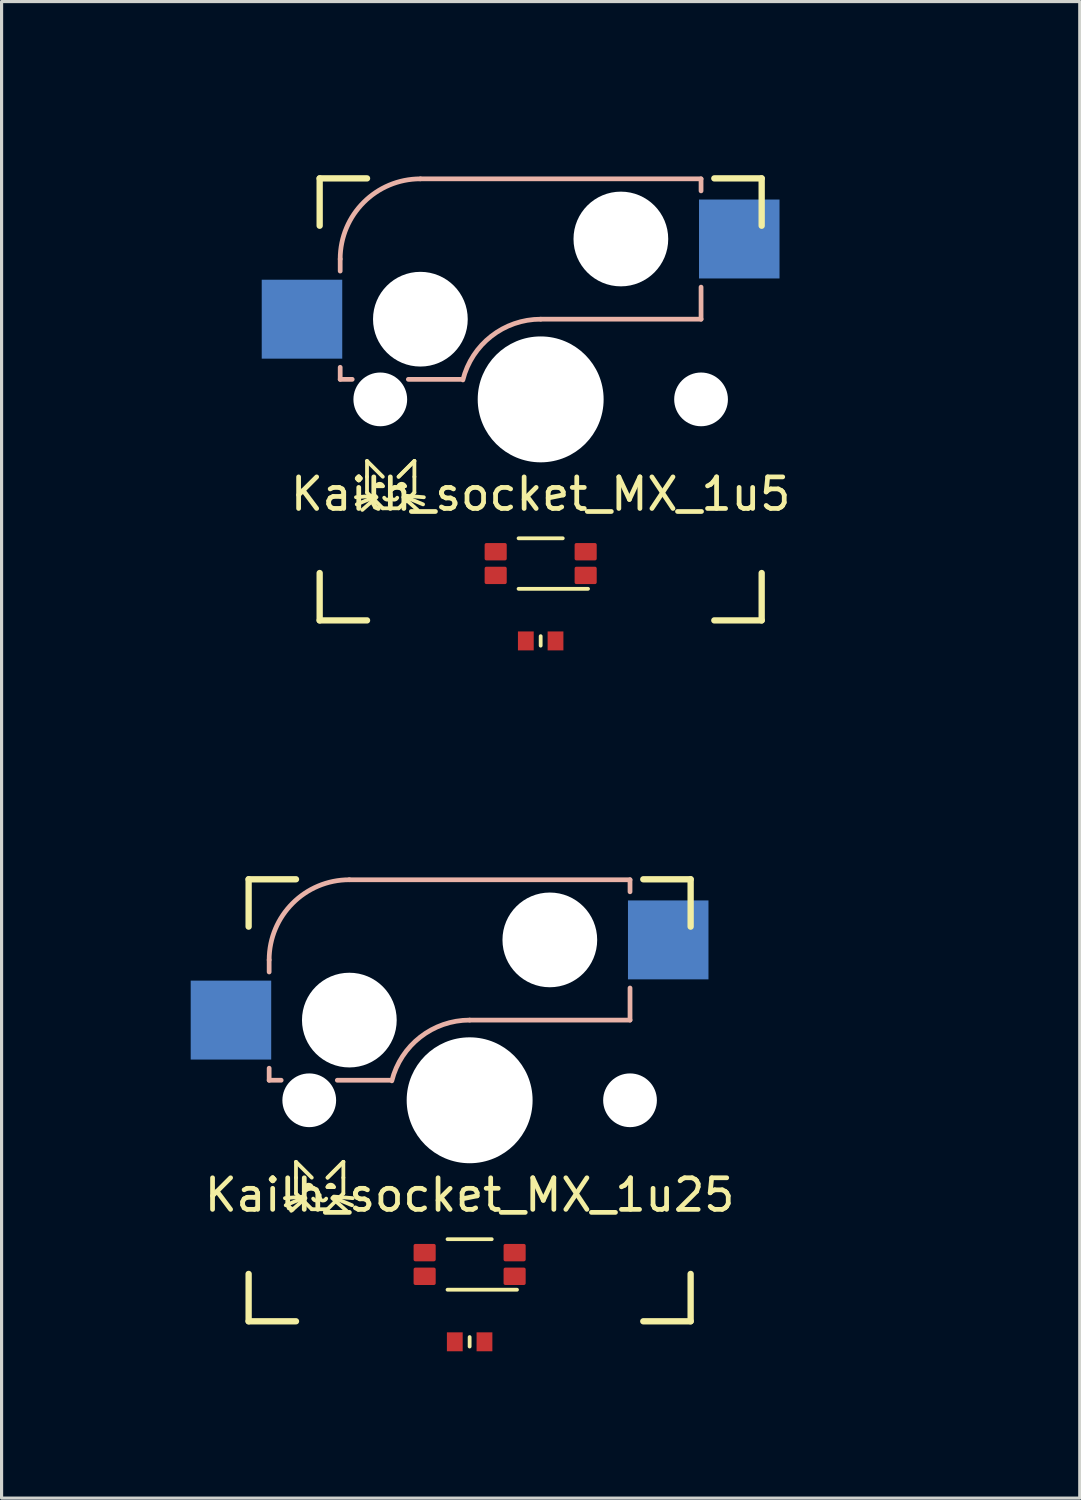
<source format=kicad_pcb>
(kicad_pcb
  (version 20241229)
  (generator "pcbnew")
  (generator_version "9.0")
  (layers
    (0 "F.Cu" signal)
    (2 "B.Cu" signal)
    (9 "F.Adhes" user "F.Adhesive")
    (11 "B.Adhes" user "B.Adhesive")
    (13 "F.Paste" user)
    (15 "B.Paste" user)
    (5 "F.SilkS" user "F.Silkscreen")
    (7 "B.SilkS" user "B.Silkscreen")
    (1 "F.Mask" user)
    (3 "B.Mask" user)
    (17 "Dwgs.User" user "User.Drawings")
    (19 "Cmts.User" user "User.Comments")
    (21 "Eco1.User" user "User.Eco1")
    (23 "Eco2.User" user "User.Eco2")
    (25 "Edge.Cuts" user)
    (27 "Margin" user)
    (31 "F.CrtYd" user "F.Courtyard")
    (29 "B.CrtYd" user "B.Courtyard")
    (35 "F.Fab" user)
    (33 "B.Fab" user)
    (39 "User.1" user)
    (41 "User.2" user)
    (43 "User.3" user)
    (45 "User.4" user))
  (footprint "Kailh_socket_MX_1u5"
    (layer "F.Cu")
    (at 14.075 9.6)
    (property "Reference" "Kailh_socket_MX_1u5" (at 0 3 0) (layer "F.SilkS") (effects (font (size 1 1) (thickness 0.15))))
    (attr through_hole)
    (fp_line (start -7 -7) (end -7 -5.5) (stroke (width 0.2) (type solid)) (layer "F.SilkS"))
    (fp_line (start -7 -7) (end -5.5 -7) (stroke (width 0.2) (type solid)) (layer "F.SilkS"))
    (fp_line (start -7 7) (end -7 5.5) (stroke (width 0.2) (type solid)) (layer "F.SilkS"))
    (fp_line (start -7 7) (end -5.5 7) (stroke (width 0.2) (type solid)) (layer "F.SilkS"))
    (fp_line (start -5.5 1.95) (end -5.5 2.45) (stroke (width 0.12) (type default)) (layer "F.SilkS"))
    (fp_line (start -5.5 2.45) (end -5.5 2.95) (stroke (width 0.12) (type default)) (layer "F.SilkS"))
    (fp_line (start -5.5 2.95) (end -5 3.45) (stroke (width 0.12) (type default)) (layer "F.SilkS"))
    (fp_line (start -5.25 3.05) (end -5.85 3.1) (stroke (width 0.12) (type default)) (layer "F.SilkS"))
    (fp_line (start -5.225 3.075) (end -5.825 3.325) (stroke (width 0.12) (type default)) (layer "F.SilkS"))
    (fp_line (start -5.2 2.75) (end -5 2.75) (stroke (width 0.12) (type default)) (layer "F.SilkS"))
    (fp_line (start -5.2 3.1) (end -5.65 3.5) (stroke (width 0.12) (type default)) (layer "F.SilkS"))
    (fp_line (start -5 2.45) (end -5.5 1.95) (stroke (width 0.12) (type default)) (layer "F.SilkS"))
    (fp_line (start -5 3.45) (end -4.5 3.45) (stroke (width 0.12) (type default)) (layer "F.SilkS"))
    (fp_line (start -4.75 3) (end -4.75 3.1) (stroke (width 0.12) (type default)) (layer "F.SilkS"))
    (fp_line (start -4.5 2.45) (end -4 1.95) (stroke (width 0.12) (type default)) (layer "F.SilkS"))
    (fp_line (start -4.5 2.75) (end -4.3 2.75) (stroke (width 0.12) (type default)) (layer "F.SilkS"))
    (fp_line (start -4.5 3.45) (end -4 2.95) (stroke (width 0.12) (type default)) (layer "F.SilkS"))
    (fp_line (start -4.35 3.1) (end -3.9 3.5) (stroke (width 0.12) (type default)) (layer "F.SilkS"))
    (fp_line (start -4.325 3.075) (end -3.725 3.325) (stroke (width 0.12) (type default)) (layer "F.SilkS"))
    (fp_line (start -4.3 3.05) (end -3.7 3.1) (stroke (width 0.12) (type default)) (layer "F.SilkS"))
    (fp_line (start -4 1.95) (end -4.5 2.45) (stroke (width 0.12) (type default)) (layer "F.SilkS"))
    (fp_line (start -4 1.95) (end -4 2.45) (stroke (width 0.12) (type default)) (layer "F.SilkS"))
    (fp_line (start -4 2.95) (end -4 2.45) (stroke (width 0.12) (type default)) (layer "F.SilkS"))
    (fp_line (start 0 7.8) (end 0 7.5) (stroke (width 0.12) (type solid)) (layer "F.SilkS"))
    (fp_line (start 0.7 4.4) (end -0.7 4.4) (stroke (width 0.12) (type default)) (layer "F.SilkS"))
    (fp_line (start 1.5 6) (end -0.7 6) (stroke (width 0.12) (type default)) (layer "F.SilkS"))
    (fp_line (start 7 -7) (end 5.5 -7) (stroke (width 0.2) (type solid)) (layer "F.SilkS"))
    (fp_line (start 7 -7) (end 7 -5.5) (stroke (width 0.2) (type solid)) (layer "F.SilkS"))
    (fp_line (start 7 7) (end 5.5 7) (stroke (width 0.2) (type solid)) (layer "F.SilkS"))
    (fp_line (start 7 7) (end 7 5.5) (stroke (width 0.2) (type solid)) (layer "F.SilkS"))
    (fp_arc (start -5.203866 2.747116) (mid -5.098487 2.672265) (end -4.995217 2.75) (stroke (width 0.12) (type default)) (layer "F.SilkS"))
    (fp_arc (start -4.75 3.1) (mid -4.848141 3.176166) (end -4.956067 3.114644) (stroke (width 0.12) (type default)) (layer "F.SilkS"))
    (fp_arc (start -4.543933 3.114644) (mid -4.651859 3.176167) (end -4.75 3.1) (stroke (width 0.12) (type default)) (layer "F.SilkS"))
    (fp_arc (start -4.505379 2.747116) (mid -4.4 2.672265) (end -4.29673 2.75) (stroke (width 0.12) (type default)) (layer "F.SilkS"))
    (fp_line (start -6.35 -4.445) (end -6.35 -4.064) (stroke (width 0.15) (type solid)) (layer "B.SilkS"))
    (fp_line (start -6.35 -1.016) (end -6.35 -0.635) (stroke (width 0.15) (type solid)) (layer "B.SilkS"))
    (fp_line (start -6.35 -0.635) (end -5.969 -0.635) (stroke (width 0.15) (type solid)) (layer "B.SilkS"))
    (fp_line (start -4.191 -0.635) (end -2.54 -0.635) (stroke (width 0.15) (type solid)) (layer "B.SilkS"))
    (fp_line (start 0 -2.54) (end 5.08 -2.54) (stroke (width 0.15) (type solid)) (layer "B.SilkS"))
    (fp_line (start 5.08 -6.985) (end -3.81 -6.985) (stroke (width 0.15) (type solid)) (layer "B.SilkS"))
    (fp_line (start 5.08 -6.604) (end 5.08 -6.985) (stroke (width 0.15) (type solid)) (layer "B.SilkS"))
    (fp_line (start 5.08 -2.54) (end 5.08 -3.556) (stroke (width 0.15) (type solid)) (layer "B.SilkS"))
    (fp_arc (start -6.35 -4.445) (mid -5.606051 -6.241051) (end -3.81 -6.985) (stroke (width 0.15) (type solid)) (layer "B.SilkS"))
    (fp_arc (start -2.464162 -0.61604) (mid -1.563147 -2.002042) (end 0 -2.54) (stroke (width 0.15) (type solid)) (layer "B.SilkS"))
    (fp_line (start -14 9.525) (end -14 -9.525) (stroke (width 0.15) (type solid)) (layer "Eco1.User"))
    (fp_line (start -14 9.525) (end 14 9.525) (stroke (width 0.15) (type solid)) (layer "Eco1.User"))
    (fp_line (start -13.5 9) (end -13.5 -9) (stroke (width 0.15) (type solid)) (layer "Eco1.User"))
    (fp_line (start -1.6 4.7) (end 1.6 4.7) (stroke (width 0.05) (type default)) (layer "Eco1.User"))
    (fp_line (start -1.6 5.7) (end -1.6 4.7) (stroke (width 0.05) (type default)) (layer "Eco1.User"))
    (fp_line (start -1.6 5.7) (end 1.6 5.7) (stroke (width 0.05) (type default)) (layer "Eco1.User"))
    (fp_line (start 1.6 5.7) (end 1.6 4.7) (stroke (width 0.05) (type default)) (layer "Eco1.User"))
    (fp_line (start 13.5 -9) (end -13.5 -9) (stroke (width 0.15) (type solid)) (layer "Eco1.User"))
    (fp_line (start 13.5 -9) (end 13.5 9) (stroke (width 0.15) (type solid)) (layer "Eco1.User"))
    (fp_line (start 13.5 9) (end -13.5 9) (stroke (width 0.15) (type solid)) (layer "Eco1.User"))
    (fp_line (start 14 -9.525) (end -14 -9.525) (stroke (width 0.15) (type solid)) (layer "Eco1.User"))
    (fp_line (start 14 9.525) (end 14 -9.525) (stroke (width 0.15) (type solid)) (layer "Eco1.User"))
    (fp_rect (start -2.5 4.2) (end 2.5 6.2) (stroke (width 0.12) (type default)) (fill no) (layer "Eco1.User"))
    (fp_line (start -6.9 6.9) (end -6.9 -6.9) (stroke (width 0.15) (type solid)) (layer "Eco2.User"))
    (fp_line (start -6.9 6.9) (end 6.9 6.9) (stroke (width 0.15) (type solid)) (layer "Eco2.User"))
    (fp_line (start 6.9 -6.9) (end -6.9 -6.9) (stroke (width 0.15) (type solid)) (layer "Eco2.User"))
    (fp_line (start 6.9 -6.9) (end 6.9 6.9) (stroke (width 0.15) (type solid)) (layer "Eco2.User"))
    (pad "" np_thru_hole circle (at -5.08 0 180) (size 1.702 1.702) (drill 1.702) (layers "*.Cu" "*.Mask"))
    (pad "" np_thru_hole circle (at -3.81 -2.54 180) (size 3 3) (drill 3) (layers "*.Cu" "*.Mask"))
    (pad "" np_thru_hole circle (at 0 0 180) (size 3.988 3.988) (drill 3.988) (layers "*.Cu" "*.Mask"))
    (pad "" np_thru_hole circle (at 2.54 -5.08 180) (size 3 3) (drill 3) (layers "*.Cu" "*.Mask"))
    (pad "" np_thru_hole circle (at 5.08 0 180) (size 1.702 1.702) (drill 1.702) (layers "*.Cu" "*.Mask"))
    (pad "1" smd rect (at 6.29 -5.08 180) (size 2.55 2.5) (layers "B.Cu" "B.Mask" "B.Paste"))
    (pad "2" smd rect (at -7.56 -2.54 180) (size 2.55 2.5) (layers "B.Cu" "B.Mask" "B.Paste"))
    (pad "L1" smd rect (at 0.47 7.65) (size 0.5 0.6) (layers "F.Cu" "F.Mask" "F.Paste"))
    (pad "L1" smd roundrect (at 1.425 5.575 90) (size 0.55 0.7) (layers "F.Cu" "F.Mask" "F.Paste") (roundrect_rratio 0.1))
    (pad "L2" smd roundrect (at 1.425 4.825 90) (size 0.55 0.7) (layers "F.Cu" "F.Mask" "F.Paste") (roundrect_rratio 0.1))
    (pad "L3" smd roundrect (at -1.425 4.825 90) (size 0.55 0.7) (layers "F.Cu" "F.Mask" "F.Paste") (roundrect_rratio 0.1))
    (pad "L4" smd roundrect (at -1.425 5.575 90) (size 0.55 0.7) (layers "F.Cu" "F.Mask" "F.Paste") (roundrect_rratio 0.1))
    (pad "L4" smd rect (at -0.47 7.65) (size 0.5 0.6) (layers "F.Cu" "F.Mask" "F.Paste")))
  (footprint "Kailh_socket_MX_1u25"
    (layer "F.Cu")
    (at 11.825 31.8)
    (property "Reference" "Kailh_socket_MX_1u25" (at 0 3 0) (layer "F.SilkS") (effects (font (size 1 1) (thickness 0.15))))
    (attr through_hole)
    (fp_line (start -7 -7) (end -7 -5.5) (stroke (width 0.2) (type solid)) (layer "F.SilkS"))
    (fp_line (start -7 -7) (end -5.5 -7) (stroke (width 0.2) (type solid)) (layer "F.SilkS"))
    (fp_line (start -7 7) (end -7 5.5) (stroke (width 0.2) (type solid)) (layer "F.SilkS"))
    (fp_line (start -7 7) (end -5.5 7) (stroke (width 0.2) (type solid)) (layer "F.SilkS"))
    (fp_line (start -5.5 1.95) (end -5.5 2.45) (stroke (width 0.12) (type default)) (layer "F.SilkS"))
    (fp_line (start -5.5 2.45) (end -5.5 2.95) (stroke (width 0.12) (type default)) (layer "F.SilkS"))
    (fp_line (start -5.5 2.95) (end -5 3.45) (stroke (width 0.12) (type default)) (layer "F.SilkS"))
    (fp_line (start -5.25 3.05) (end -5.85 3.1) (stroke (width 0.12) (type default)) (layer "F.SilkS"))
    (fp_line (start -5.225 3.075) (end -5.825 3.325) (stroke (width 0.12) (type default)) (layer "F.SilkS"))
    (fp_line (start -5.2 2.75) (end -5 2.75) (stroke (width 0.12) (type default)) (layer "F.SilkS"))
    (fp_line (start -5.2 3.1) (end -5.65 3.5) (stroke (width 0.12) (type default)) (layer "F.SilkS"))
    (fp_line (start -5 2.45) (end -5.5 1.95) (stroke (width 0.12) (type default)) (layer "F.SilkS"))
    (fp_line (start -5 3.45) (end -4.5 3.45) (stroke (width 0.12) (type default)) (layer "F.SilkS"))
    (fp_line (start -4.75 3) (end -4.75 3.1) (stroke (width 0.12) (type default)) (layer "F.SilkS"))
    (fp_line (start -4.5 2.45) (end -4 1.95) (stroke (width 0.12) (type default)) (layer "F.SilkS"))
    (fp_line (start -4.5 2.75) (end -4.3 2.75) (stroke (width 0.12) (type default)) (layer "F.SilkS"))
    (fp_line (start -4.5 3.45) (end -4 2.95) (stroke (width 0.12) (type default)) (layer "F.SilkS"))
    (fp_line (start -4.35 3.1) (end -3.9 3.5) (stroke (width 0.12) (type default)) (layer "F.SilkS"))
    (fp_line (start -4.325 3.075) (end -3.725 3.325) (stroke (width 0.12) (type default)) (layer "F.SilkS"))
    (fp_line (start -4.3 3.05) (end -3.7 3.1) (stroke (width 0.12) (type default)) (layer "F.SilkS"))
    (fp_line (start -4 1.95) (end -4.5 2.45) (stroke (width 0.12) (type default)) (layer "F.SilkS"))
    (fp_line (start -4 1.95) (end -4 2.45) (stroke (width 0.12) (type default)) (layer "F.SilkS"))
    (fp_line (start -4 2.95) (end -4 2.45) (stroke (width 0.12) (type default)) (layer "F.SilkS"))
    (fp_line (start 0 7.8) (end 0 7.5) (stroke (width 0.12) (type solid)) (layer "F.SilkS"))
    (fp_line (start 0.7 4.4) (end -0.7 4.4) (stroke (width 0.12) (type default)) (layer "F.SilkS"))
    (fp_line (start 1.5 6) (end -0.7 6) (stroke (width 0.12) (type default)) (layer "F.SilkS"))
    (fp_line (start 7 -7) (end 5.5 -7) (stroke (width 0.2) (type solid)) (layer "F.SilkS"))
    (fp_line (start 7 -7) (end 7 -5.5) (stroke (width 0.2) (type solid)) (layer "F.SilkS"))
    (fp_line (start 7 7) (end 5.5 7) (stroke (width 0.2) (type solid)) (layer "F.SilkS"))
    (fp_line (start 7 7) (end 7 5.5) (stroke (width 0.2) (type solid)) (layer "F.SilkS"))
    (fp_arc (start -5.203866 2.747116) (mid -5.098487 2.672265) (end -4.995217 2.75) (stroke (width 0.12) (type default)) (layer "F.SilkS"))
    (fp_arc (start -4.75 3.1) (mid -4.848141 3.176166) (end -4.956067 3.114644) (stroke (width 0.12) (type default)) (layer "F.SilkS"))
    (fp_arc (start -4.543933 3.114644) (mid -4.651859 3.176167) (end -4.75 3.1) (stroke (width 0.12) (type default)) (layer "F.SilkS"))
    (fp_arc (start -4.505379 2.747116) (mid -4.4 2.672265) (end -4.29673 2.75) (stroke (width 0.12) (type default)) (layer "F.SilkS"))
    (fp_line (start -6.35 -4.445) (end -6.35 -4.064) (stroke (width 0.15) (type solid)) (layer "B.SilkS"))
    (fp_line (start -6.35 -1.016) (end -6.35 -0.635) (stroke (width 0.15) (type solid)) (layer "B.SilkS"))
    (fp_line (start -6.35 -0.635) (end -5.969 -0.635) (stroke (width 0.15) (type solid)) (layer "B.SilkS"))
    (fp_line (start -4.191 -0.635) (end -2.54 -0.635) (stroke (width 0.15) (type solid)) (layer "B.SilkS"))
    (fp_line (start 0 -2.54) (end 5.08 -2.54) (stroke (width 0.15) (type solid)) (layer "B.SilkS"))
    (fp_line (start 5.08 -6.985) (end -3.81 -6.985) (stroke (width 0.15) (type solid)) (layer "B.SilkS"))
    (fp_line (start 5.08 -6.604) (end 5.08 -6.985) (stroke (width 0.15) (type solid)) (layer "B.SilkS"))
    (fp_line (start 5.08 -2.54) (end 5.08 -3.556) (stroke (width 0.15) (type solid)) (layer "B.SilkS"))
    (fp_arc (start -6.35 -4.445) (mid -5.606051 -6.241051) (end -3.81 -6.985) (stroke (width 0.15) (type solid)) (layer "B.SilkS"))
    (fp_arc (start -2.464162 -0.61604) (mid -1.563147 -2.002042) (end 0 -2.54) (stroke (width 0.15) (type solid)) (layer "B.SilkS"))
    (fp_line (start -11.75 9.525) (end -11.75 -9.525) (stroke (width 0.15) (type solid)) (layer "Eco1.User"))
    (fp_line (start -11.75 9.525) (end 11.75 9.525) (stroke (width 0.15) (type solid)) (layer "Eco1.User"))
    (fp_line (start -11.25 9) (end -11.25 -9) (stroke (width 0.15) (type solid)) (layer "Eco1.User"))
    (fp_line (start -1.6 4.7) (end 1.6 4.7) (stroke (width 0.05) (type default)) (layer "Eco1.User"))
    (fp_line (start -1.6 5.7) (end -1.6 4.7) (stroke (width 0.05) (type default)) (layer "Eco1.User"))
    (fp_line (start -1.6 5.7) (end 1.6 5.7) (stroke (width 0.05) (type default)) (layer "Eco1.User"))
    (fp_line (start 1.6 5.7) (end 1.6 4.7) (stroke (width 0.05) (type default)) (layer "Eco1.User"))
    (fp_line (start 11.25 -9) (end -11.25 -9) (stroke (width 0.15) (type solid)) (layer "Eco1.User"))
    (fp_line (start 11.25 -9) (end 11.25 9) (stroke (width 0.15) (type solid)) (layer "Eco1.User"))
    (fp_line (start 11.25 9) (end -11.25 9) (stroke (width 0.15) (type solid)) (layer "Eco1.User"))
    (fp_line (start 11.75 -9.525) (end -11.75 -9.525) (stroke (width 0.15) (type solid)) (layer "Eco1.User"))
    (fp_line (start 11.75 9.525) (end 11.75 -9.525) (stroke (width 0.15) (type solid)) (layer "Eco1.User"))
    (fp_rect (start -2.5 4.2) (end 2.5 6.2) (stroke (width 0.12) (type default)) (fill no) (layer "Eco1.User"))
    (fp_line (start -6.9 6.9) (end -6.9 -6.9) (stroke (width 0.15) (type solid)) (layer "Eco2.User"))
    (fp_line (start -6.9 6.9) (end 6.9 6.9) (stroke (width 0.15) (type solid)) (layer "Eco2.User"))
    (fp_line (start 6.9 -6.9) (end -6.9 -6.9) (stroke (width 0.15) (type solid)) (layer "Eco2.User"))
    (fp_line (start 6.9 -6.9) (end 6.9 6.9) (stroke (width 0.15) (type solid)) (layer "Eco2.User"))
    (pad "" np_thru_hole circle (at -5.08 0 180) (size 1.702 1.702) (drill 1.702) (layers "*.Cu" "*.Mask"))
    (pad "" np_thru_hole circle (at -3.81 -2.54 180) (size 3 3) (drill 3) (layers "*.Cu" "*.Mask"))
    (pad "" np_thru_hole circle (at 0 0 180) (size 3.988 3.988) (drill 3.988) (layers "*.Cu" "*.Mask"))
    (pad "" np_thru_hole circle (at 2.54 -5.08 180) (size 3 3) (drill 3) (layers "*.Cu" "*.Mask"))
    (pad "" np_thru_hole circle (at 5.08 0 180) (size 1.702 1.702) (drill 1.702) (layers "*.Cu" "*.Mask"))
    (pad "1" smd rect (at 6.29 -5.08 180) (size 2.55 2.5) (layers "B.Cu" "B.Mask" "B.Paste"))
    (pad "2" smd rect (at -7.56 -2.54 180) (size 2.55 2.5) (layers "B.Cu" "B.Mask" "B.Paste"))
    (pad "L1" smd rect (at 0.47 7.65) (size 0.5 0.6) (layers "F.Cu" "F.Mask" "F.Paste"))
    (pad "L1" smd roundrect (at 1.425 5.575 90) (size 0.55 0.7) (layers "F.Cu" "F.Mask" "F.Paste") (roundrect_rratio 0.1))
    (pad "L2" smd roundrect (at 1.425 4.825 90) (size 0.55 0.7) (layers "F.Cu" "F.Mask" "F.Paste") (roundrect_rratio 0.1))
    (pad "L3" smd roundrect (at -1.425 4.825 90) (size 0.55 0.7) (layers "F.Cu" "F.Mask" "F.Paste") (roundrect_rratio 0.1))
    (pad "L4" smd roundrect (at -1.425 5.575 90) (size 0.55 0.7) (layers "F.Cu" "F.Mask" "F.Paste") (roundrect_rratio 0.1))
    (pad "L4" smd rect (at -0.47 7.65) (size 0.5 0.6) (layers "F.Cu" "F.Mask" "F.Paste")))
  (gr_rect
    (start -3 -3)
    (end 31.15 44.4)
    (stroke (width 0.1) (type default))
    (fill no)
    (layer "Edge.Cuts")))
</source>
